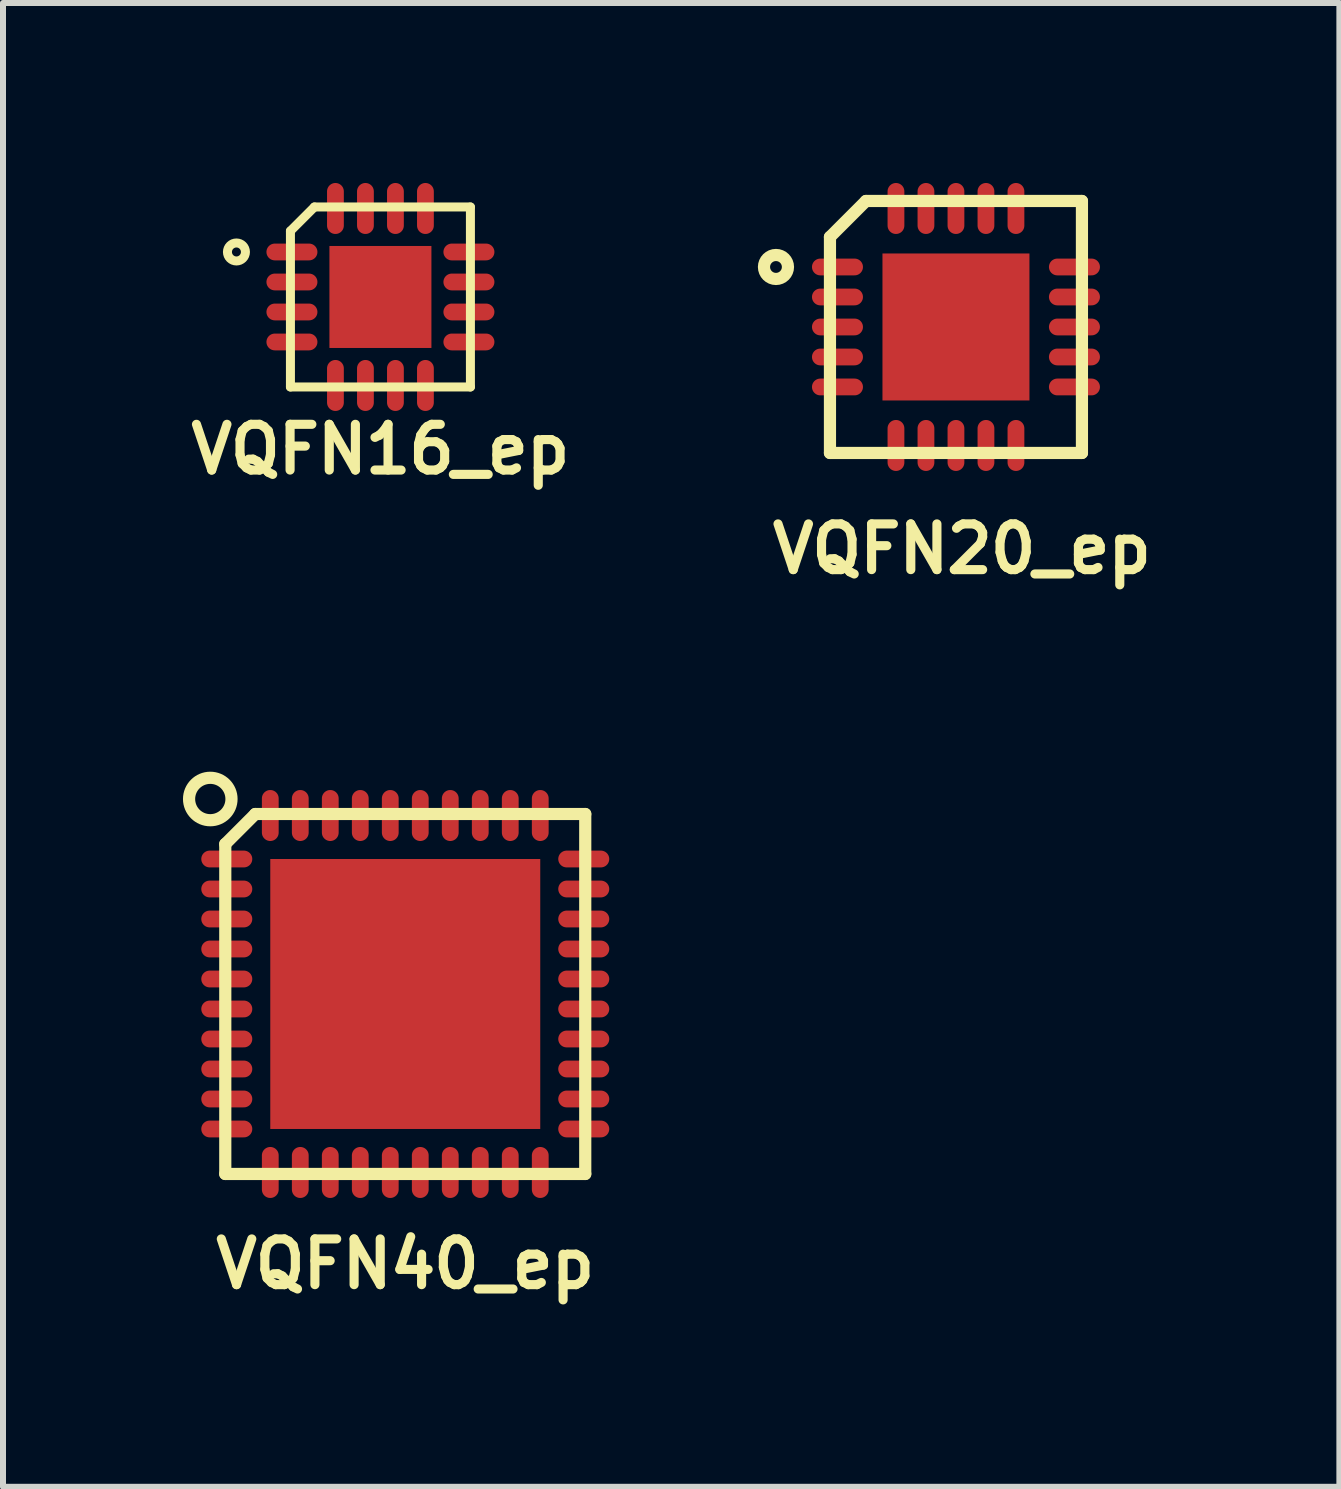
<source format=kicad_pcb>
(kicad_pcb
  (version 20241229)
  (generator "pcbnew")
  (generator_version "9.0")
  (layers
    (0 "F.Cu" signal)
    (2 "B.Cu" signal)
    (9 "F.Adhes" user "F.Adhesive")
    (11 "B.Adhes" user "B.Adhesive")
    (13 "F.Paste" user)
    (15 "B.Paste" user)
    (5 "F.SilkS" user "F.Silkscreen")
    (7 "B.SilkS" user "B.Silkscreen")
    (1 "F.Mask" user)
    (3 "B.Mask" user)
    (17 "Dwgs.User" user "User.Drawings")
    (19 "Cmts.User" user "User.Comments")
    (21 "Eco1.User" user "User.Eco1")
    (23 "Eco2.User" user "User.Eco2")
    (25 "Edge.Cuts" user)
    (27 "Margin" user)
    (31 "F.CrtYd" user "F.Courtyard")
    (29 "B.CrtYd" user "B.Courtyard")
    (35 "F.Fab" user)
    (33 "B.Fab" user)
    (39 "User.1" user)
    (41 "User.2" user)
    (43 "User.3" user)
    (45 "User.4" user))
  (footprint "VQFN16_ep"
    (layer "F.Cu")
    (at 3.291 1.9)
    (property "Reference" "VQFN16_ep" (at 0 2.54 0) (layer "F.SilkS") (effects (font (size 0.762 0.762) (thickness 0.152))))
    (attr smd)
    (fp_line (start -1.5 -1.1) (end -1.1 -1.5) (stroke (width 0.15) (type solid)) (layer "F.SilkS"))
    (fp_line (start -1.5 1.5) (end -1.5 -1.1) (stroke (width 0.15) (type solid)) (layer "F.SilkS"))
    (fp_line (start -1.5 1.5) (end 1.5 1.5) (stroke (width 0.15) (type solid)) (layer "F.SilkS"))
    (fp_line (start -1.1 -1.5) (end 1.5 -1.5) (stroke (width 0.15) (type solid)) (layer "F.SilkS"))
    (fp_line (start 1.5 1.5) (end 1.5 -1.5) (stroke (width 0.15) (type solid)) (layer "F.SilkS"))
    (fp_circle (center -2.4 -0.75) (end -2.25 -0.75) (stroke (width 0.15) (type solid)) (fill no) (layer "F.SilkS"))
    (pad "" smd rect (at -0.45 -0.45) (size 0.7 0.7) (layers "F.Paste"))
    (pad "" smd rect (at -0.45 0.45) (size 0.7 0.7) (layers "F.Paste"))
    (pad "" smd rect (at 0.45 -0.45) (size 0.7 0.7) (layers "F.Paste"))
    (pad "" smd rect (at 0.45 0.45) (size 0.7 0.7) (layers "F.Paste"))
    (pad "0" smd rect (at 0 0) (size 1.7 1.7) (layers "F.Cu" "F.Mask"))
    (pad "1" smd oval (at -1.475 -0.75) (size 0.85 0.28) (layers "F.Cu" "F.Mask" "F.Paste"))
    (pad "2" smd oval (at -1.475 -0.25) (size 0.85 0.28) (layers "F.Cu" "F.Mask" "F.Paste"))
    (pad "3" smd oval (at -1.475 0.25) (size 0.85 0.28) (layers "F.Cu" "F.Mask" "F.Paste"))
    (pad "4" smd oval (at -1.475 0.75) (size 0.85 0.28) (layers "F.Cu" "F.Mask" "F.Paste"))
    (pad "5" smd oval (at -0.75 1.475 90) (size 0.85 0.28) (layers "F.Cu" "F.Mask" "F.Paste"))
    (pad "6" smd oval (at -0.25 1.475 90) (size 0.85 0.28) (layers "F.Cu" "F.Mask" "F.Paste"))
    (pad "7" smd oval (at 0.25 1.475 90) (size 0.85 0.28) (layers "F.Cu" "F.Mask" "F.Paste"))
    (pad "8" smd oval (at 0.75 1.475 90) (size 0.85 0.28) (layers "F.Cu" "F.Mask" "F.Paste"))
    (pad "9" smd oval (at 1.475 0.75) (size 0.85 0.28) (layers "F.Cu" "F.Mask" "F.Paste"))
    (pad "10" smd oval (at 1.475 0.25) (size 0.85 0.28) (layers "F.Cu" "F.Mask" "F.Paste"))
    (pad "11" smd oval (at 1.475 -0.25) (size 0.85 0.28) (layers "F.Cu" "F.Mask" "F.Paste"))
    (pad "12" smd oval (at 1.475 -0.75) (size 0.85 0.28) (layers "F.Cu" "F.Mask" "F.Paste"))
    (pad "13" smd oval (at 0.75 -1.475 90) (size 0.85 0.28) (layers "F.Cu" "F.Mask" "F.Paste"))
    (pad "14" smd oval (at 0.25 -1.475 90) (size 0.85 0.28) (layers "F.Cu" "F.Mask" "F.Paste"))
    (pad "15" smd oval (at -0.25 -1.475 90) (size 0.85 0.28) (layers "F.Cu" "F.Mask" "F.Paste"))
    (pad "16" smd oval (at -0.75 -1.475 90) (size 0.85 0.28) (layers "F.Cu" "F.Mask" "F.Paste")))
  (footprint "VQFN20_ep"
    (layer "F.Cu")
    (at 12.884 2.4)
    (property "Reference" "VQFN20_ep" (at 0.1 3.7 0) (layer "F.SilkS") (effects (font (size 0.762 0.762) (thickness 0.152))))
    (attr smd)
    (fp_line (start -2.1 -1.5) (end -1.5 -2.1) (stroke (width 0.203) (type solid)) (layer "F.SilkS"))
    (fp_line (start -2.1 2.1) (end -2.1 -1.5) (stroke (width 0.203) (type solid)) (layer "F.SilkS"))
    (fp_line (start -2.1 2.1) (end 2.1 2.1) (stroke (width 0.203) (type solid)) (layer "F.SilkS"))
    (fp_line (start -1.5 -2.1) (end 2.1 -2.1) (stroke (width 0.203) (type solid)) (layer "F.SilkS"))
    (fp_line (start 2.1 2.1) (end 2.1 -2.1) (stroke (width 0.203) (type solid)) (layer "F.SilkS"))
    (fp_circle (center -3 -1) (end -3 -1.2) (stroke (width 0.203) (type solid)) (fill no) (layer "F.SilkS"))
    (pad "" smd rect (at -0.65 -0.65) (size 1 1) (layers "F.Paste"))
    (pad "" smd rect (at -0.65 0.65) (size 1 1) (layers "F.Paste"))
    (pad "" smd rect (at 0.65 -0.65) (size 1 1) (layers "F.Paste"))
    (pad "" smd rect (at 0.65 0.65) (size 1 1) (layers "F.Paste"))
    (pad "0" smd rect (at 0 0) (size 2.45 2.45) (layers "F.Cu" "F.Mask"))
    (pad "1" smd oval (at -1.975 -1) (size 0.85 0.28) (layers "F.Cu" "F.Mask" "F.Paste"))
    (pad "2" smd oval (at -1.975 -0.5) (size 0.85 0.28) (layers "F.Cu" "F.Mask" "F.Paste"))
    (pad "3" smd oval (at -1.975 0) (size 0.85 0.28) (layers "F.Cu" "F.Mask" "F.Paste"))
    (pad "4" smd oval (at -1.975 0.5) (size 0.85 0.28) (layers "F.Cu" "F.Mask" "F.Paste"))
    (pad "5" smd oval (at -1.975 1) (size 0.85 0.28) (layers "F.Cu" "F.Mask" "F.Paste"))
    (pad "6" smd oval (at -1 1.975 90) (size 0.85 0.28) (layers "F.Cu" "F.Mask" "F.Paste"))
    (pad "7" smd oval (at -0.5 1.975 90) (size 0.85 0.28) (layers "F.Cu" "F.Mask" "F.Paste"))
    (pad "8" smd oval (at 0 1.975 90) (size 0.85 0.28) (layers "F.Cu" "F.Mask" "F.Paste"))
    (pad "9" smd oval (at 0.5 1.975 90) (size 0.85 0.28) (layers "F.Cu" "F.Mask" "F.Paste"))
    (pad "10" smd oval (at 1 1.975 90) (size 0.85 0.28) (layers "F.Cu" "F.Mask" "F.Paste"))
    (pad "11" smd oval (at 1.975 1) (size 0.85 0.28) (layers "F.Cu" "F.Mask" "F.Paste"))
    (pad "12" smd oval (at 1.975 0.5) (size 0.85 0.28) (layers "F.Cu" "F.Mask" "F.Paste"))
    (pad "13" smd oval (at 1.975 0) (size 0.85 0.28) (layers "F.Cu" "F.Mask" "F.Paste"))
    (pad "14" smd oval (at 1.975 -0.5) (size 0.85 0.28) (layers "F.Cu" "F.Mask" "F.Paste"))
    (pad "15" smd oval (at 1.975 -1) (size 0.85 0.28) (layers "F.Cu" "F.Mask" "F.Paste"))
    (pad "16" smd oval (at 1 -1.975 90) (size 0.85 0.28) (layers "F.Cu" "F.Mask" "F.Paste"))
    (pad "17" smd oval (at 0.5 -1.975 90) (size 0.85 0.28) (layers "F.Cu" "F.Mask" "F.Paste"))
    (pad "18" smd oval (at 0 -1.975 90) (size 0.85 0.28) (layers "F.Cu" "F.Mask" "F.Paste"))
    (pad "19" smd oval (at -0.5 -1.975 90) (size 0.85 0.28) (layers "F.Cu" "F.Mask" "F.Paste"))
    (pad "20" smd oval (at -1 -1.975 90) (size 0.85 0.28) (layers "F.Cu" "F.Mask" "F.Paste")))
  (footprint "VQFN40_ep"
    (layer "F.Cu")
    (at 3.705 13.518)
    (property "Reference" "VQFN40_ep" (at 0 4.5 0) (layer "F.SilkS") (effects (font (size 0.762 0.762) (thickness 0.152))))
    (attr smd)
    (fp_line (start -3 -2.5) (end -2.5 -3) (stroke (width 0.203) (type solid)) (layer "F.SilkS"))
    (fp_line (start -3 3) (end -3 -2.5) (stroke (width 0.203) (type solid)) (layer "F.SilkS"))
    (fp_line (start -3 3) (end 3 3) (stroke (width 0.203) (type solid)) (layer "F.SilkS"))
    (fp_line (start -2.5 -3) (end 3 -3) (stroke (width 0.203) (type solid)) (layer "F.SilkS"))
    (fp_line (start 3 3) (end 3 -3) (stroke (width 0.203) (type solid)) (layer "F.SilkS"))
    (fp_circle (center -3.25 -3.25) (end -3 -3) (stroke (width 0.203) (type solid)) (fill no) (layer "F.SilkS"))
    (pad "" smd rect (at -1.4 -1.4) (size 1.2 1.2) (layers "F.Paste"))
    (pad "" smd rect (at -1.4 0) (size 1.2 1.2) (layers "F.Paste"))
    (pad "" smd rect (at -1.4 1.4) (size 1.2 1.2) (layers "F.Paste"))
    (pad "" smd rect (at 0 -1.4) (size 1.2 1.2) (layers "F.Paste"))
    (pad "" smd rect (at 0 0) (size 1.2 1.2) (layers "F.Paste"))
    (pad "" smd rect (at 0 1.4) (size 1.2 1.2) (layers "F.Paste"))
    (pad "" smd rect (at 1.4 -1.4) (size 1.2 1.2) (layers "F.Paste"))
    (pad "" smd rect (at 1.4 0) (size 1.2 1.2) (layers "F.Paste"))
    (pad "" smd rect (at 1.4 1.4) (size 1.2 1.2) (layers "F.Paste"))
    (pad "0" smd rect (at 0 0) (size 4.5 4.5) (layers "F.Cu" "F.Mask"))
    (pad "1" smd oval (at -2.975 -2.25) (size 0.85 0.28) (layers "F.Cu" "F.Mask" "F.Paste"))
    (pad "2" smd oval (at -2.975 -1.75) (size 0.85 0.28) (layers "F.Cu" "F.Mask" "F.Paste"))
    (pad "3" smd oval (at -2.975 -1.25) (size 0.85 0.28) (layers "F.Cu" "F.Mask" "F.Paste"))
    (pad "4" smd oval (at -2.975 -0.75) (size 0.85 0.28) (layers "F.Cu" "F.Mask" "F.Paste"))
    (pad "5" smd oval (at -2.975 -0.25) (size 0.85 0.28) (layers "F.Cu" "F.Mask" "F.Paste"))
    (pad "6" smd oval (at -2.975 0.25) (size 0.85 0.28) (layers "F.Cu" "F.Mask" "F.Paste"))
    (pad "7" smd oval (at -2.975 0.75) (size 0.85 0.28) (layers "F.Cu" "F.Mask" "F.Paste"))
    (pad "8" smd oval (at -2.975 1.25) (size 0.85 0.28) (layers "F.Cu" "F.Mask" "F.Paste"))
    (pad "9" smd oval (at -2.975 1.75) (size 0.85 0.28) (layers "F.Cu" "F.Mask" "F.Paste"))
    (pad "10" smd oval (at -2.975 2.25) (size 0.85 0.28) (layers "F.Cu" "F.Mask" "F.Paste"))
    (pad "11" smd oval (at -2.25 2.975 90) (size 0.85 0.28) (layers "F.Cu" "F.Mask" "F.Paste"))
    (pad "12" smd oval (at -1.75 2.975 90) (size 0.85 0.28) (layers "F.Cu" "F.Mask" "F.Paste"))
    (pad "13" smd oval (at -1.25 2.975 90) (size 0.85 0.28) (layers "F.Cu" "F.Mask" "F.Paste"))
    (pad "14" smd oval (at -0.75 2.975 90) (size 0.85 0.28) (layers "F.Cu" "F.Mask" "F.Paste"))
    (pad "15" smd oval (at -0.25 2.975 90) (size 0.85 0.28) (layers "F.Cu" "F.Mask" "F.Paste"))
    (pad "16" smd oval (at 0.25 2.975 90) (size 0.85 0.28) (layers "F.Cu" "F.Mask" "F.Paste"))
    (pad "17" smd oval (at 0.75 2.975 90) (size 0.85 0.28) (layers "F.Cu" "F.Mask" "F.Paste"))
    (pad "18" smd oval (at 1.25 2.975 90) (size 0.85 0.28) (layers "F.Cu" "F.Mask" "F.Paste"))
    (pad "19" smd oval (at 1.75 2.975 90) (size 0.85 0.28) (layers "F.Cu" "F.Mask" "F.Paste"))
    (pad "20" smd oval (at 2.25 2.975 90) (size 0.85 0.28) (layers "F.Cu" "F.Mask" "F.Paste"))
    (pad "21" smd oval (at 2.975 2.25) (size 0.85 0.28) (layers "F.Cu" "F.Mask" "F.Paste"))
    (pad "22" smd oval (at 2.975 1.75) (size 0.85 0.28) (layers "F.Cu" "F.Mask" "F.Paste"))
    (pad "23" smd oval (at 2.975 1.25) (size 0.85 0.28) (layers "F.Cu" "F.Mask" "F.Paste"))
    (pad "24" smd oval (at 2.975 0.75) (size 0.85 0.28) (layers "F.Cu" "F.Mask" "F.Paste"))
    (pad "25" smd oval (at 2.975 0.25) (size 0.85 0.28) (layers "F.Cu" "F.Mask" "F.Paste"))
    (pad "26" smd oval (at 2.975 -0.25) (size 0.85 0.28) (layers "F.Cu" "F.Mask" "F.Paste"))
    (pad "27" smd oval (at 2.975 -0.75) (size 0.85 0.28) (layers "F.Cu" "F.Mask" "F.Paste"))
    (pad "28" smd oval (at 2.975 -1.25) (size 0.85 0.28) (layers "F.Cu" "F.Mask" "F.Paste"))
    (pad "29" smd oval (at 2.975 -1.75) (size 0.85 0.28) (layers "F.Cu" "F.Mask" "F.Paste"))
    (pad "30" smd oval (at 2.975 -2.25) (size 0.85 0.28) (layers "F.Cu" "F.Mask" "F.Paste"))
    (pad "31" smd oval (at 2.25 -2.975 90) (size 0.85 0.28) (layers "F.Cu" "F.Mask" "F.Paste"))
    (pad "32" smd oval (at 1.75 -2.975 90) (size 0.85 0.28) (layers "F.Cu" "F.Mask" "F.Paste"))
    (pad "33" smd oval (at 1.25 -2.975 90) (size 0.85 0.28) (layers "F.Cu" "F.Mask" "F.Paste"))
    (pad "34" smd oval (at 0.75 -2.975 90) (size 0.85 0.28) (layers "F.Cu" "F.Mask" "F.Paste"))
    (pad "35" smd oval (at 0.25 -2.975 90) (size 0.85 0.28) (layers "F.Cu" "F.Mask" "F.Paste"))
    (pad "36" smd oval (at -0.25 -2.975 90) (size 0.85 0.28) (layers "F.Cu" "F.Mask" "F.Paste"))
    (pad "37" smd oval (at -0.75 -2.975 90) (size 0.85 0.28) (layers "F.Cu" "F.Mask" "F.Paste"))
    (pad "38" smd oval (at -1.25 -2.975 90) (size 0.85 0.28) (layers "F.Cu" "F.Mask" "F.Paste"))
    (pad "39" smd oval (at -1.75 -2.975 90) (size 0.85 0.28) (layers "F.Cu" "F.Mask" "F.Paste"))
    (pad "40" smd oval (at -2.25 -2.975 90) (size 0.85 0.28) (layers "F.Cu" "F.Mask" "F.Paste")))
  (gr_rect
    (start -3 -3)
    (end 19.275 21.732)
    (stroke (width 0.1) (type default))
    (fill no)
    (layer "Edge.Cuts")))
</source>
